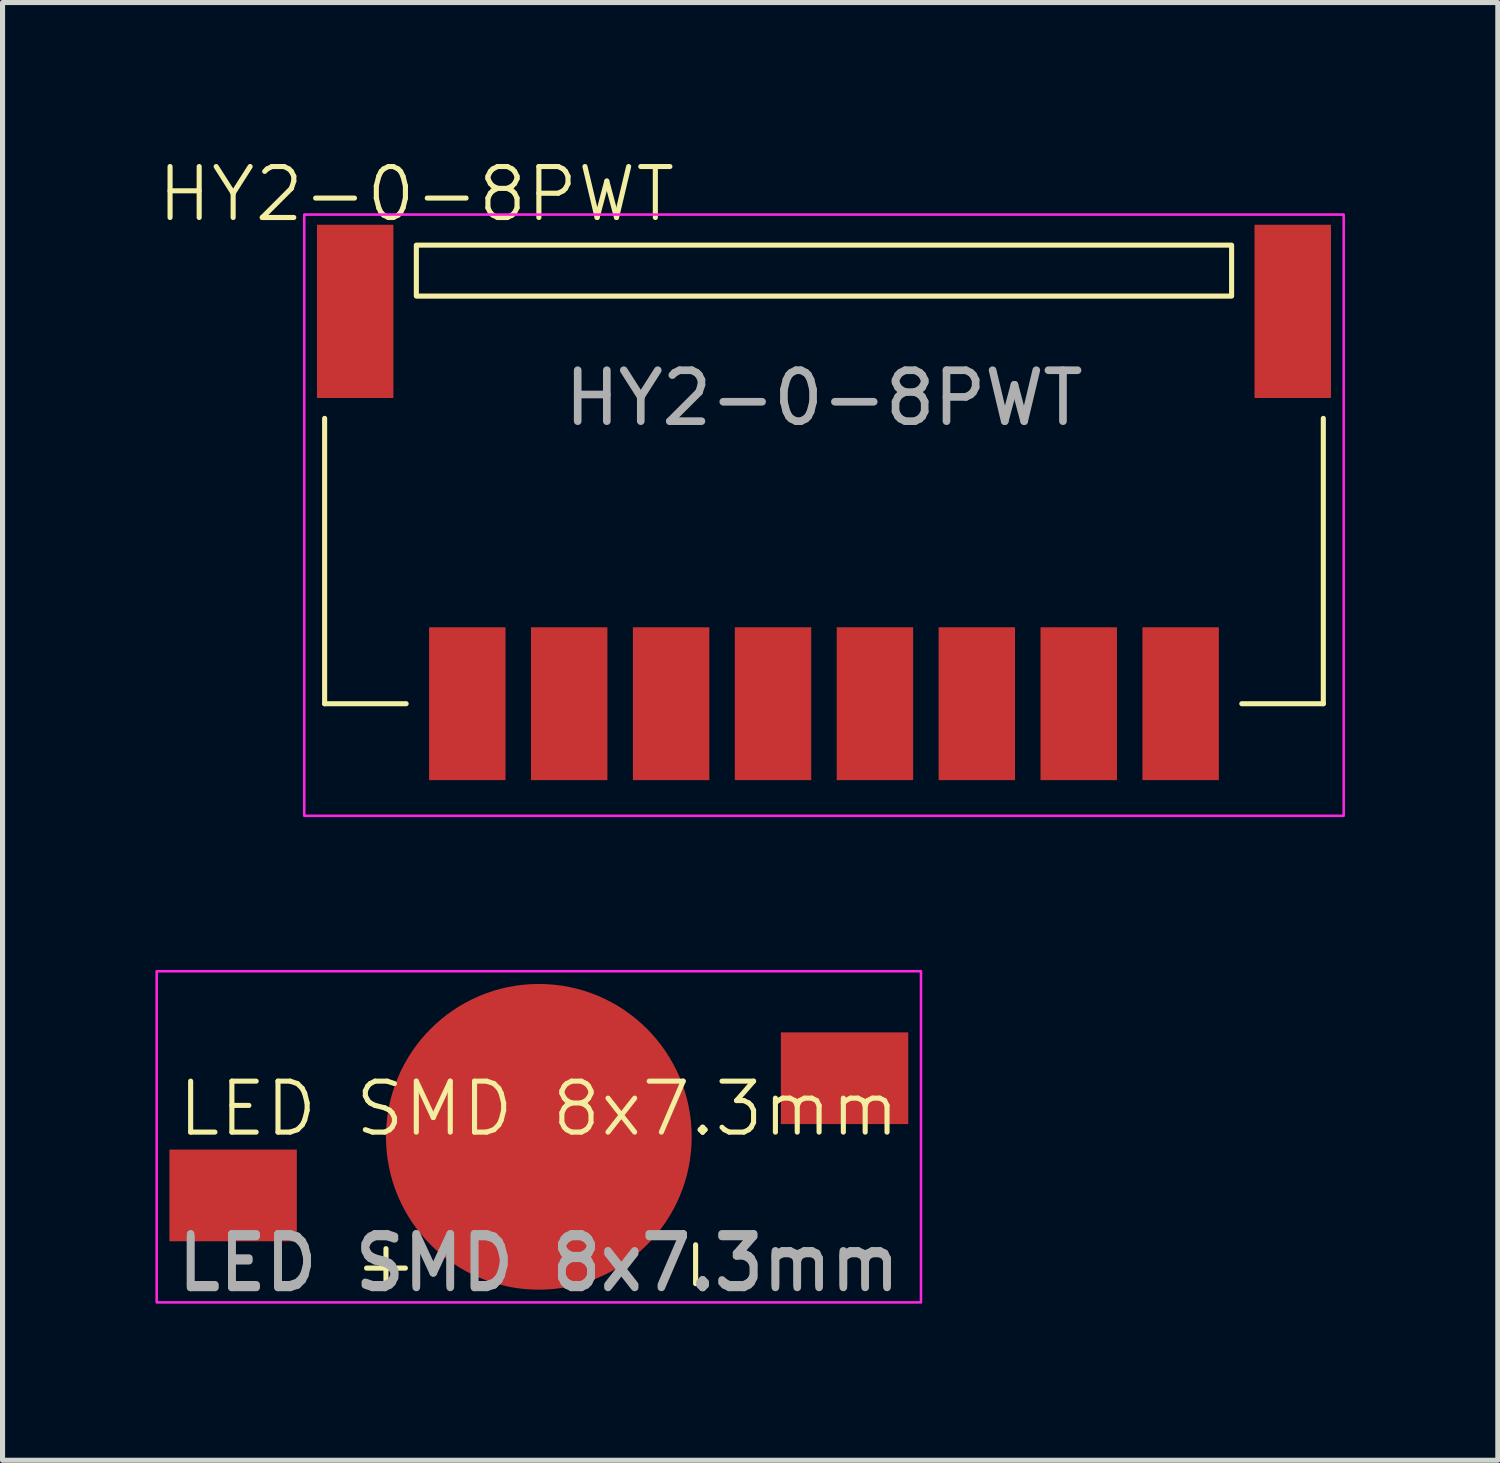
<source format=kicad_pcb>
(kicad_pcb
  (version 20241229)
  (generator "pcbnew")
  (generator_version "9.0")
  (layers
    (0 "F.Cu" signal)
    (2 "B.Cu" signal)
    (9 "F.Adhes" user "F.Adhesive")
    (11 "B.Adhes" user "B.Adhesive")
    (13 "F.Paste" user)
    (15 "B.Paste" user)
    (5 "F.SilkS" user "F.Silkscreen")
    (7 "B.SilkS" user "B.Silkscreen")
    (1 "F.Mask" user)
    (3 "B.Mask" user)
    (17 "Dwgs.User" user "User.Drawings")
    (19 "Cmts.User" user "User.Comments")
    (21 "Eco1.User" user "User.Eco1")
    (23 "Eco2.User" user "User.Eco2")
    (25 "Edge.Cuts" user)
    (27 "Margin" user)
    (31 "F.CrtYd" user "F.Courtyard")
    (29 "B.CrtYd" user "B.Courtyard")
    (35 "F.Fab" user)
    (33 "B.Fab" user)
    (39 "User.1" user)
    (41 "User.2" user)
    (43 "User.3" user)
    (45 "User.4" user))
  (footprint "HY2-0-8PWT"
    (layer "F.Cu")
    (at 13.121 10.761)
    (property "Reference" "HY2-0-8PWT" (at -8 -10 0) (unlocked yes) (layer "F.SilkS") (effects (font (size 1 1) (thickness 0.1))))
    (attr smd)
    (fp_line (start -9.8 -5.6) (end -9.8 0) (stroke (width 0.1) (type default)) (layer "F.SilkS"))
    (fp_line (start -9.8 0) (end -8.2 0) (stroke (width 0.1) (type default)) (layer "F.SilkS"))
    (fp_line (start 9.8 0) (end 8.2 0) (stroke (width 0.1) (type default)) (layer "F.SilkS"))
    (fp_line (start 9.8 0) (end 9.8 -5.6) (stroke (width 0.1) (type default)) (layer "F.SilkS"))
    (fp_rect (start -8 -9) (end 8 -8) (stroke (width 0.1) (type solid)) (fill no) (layer "F.SilkS"))
    (fp_rect (start -10.2 -9.6) (end 10.2 2.2) (stroke (width 0.05) (type solid)) (fill no) (layer "F.CrtYd"))
    (fp_text user "${REFERENCE}" (at 0 -6 0) (unlocked yes) (layer "F.Fab") (effects (font (size 1 1) (thickness 0.15))))
    (pad "1" smd rect (at -7 0 180) (size 1.5 3) (layers "F.Cu" "F.Mask" "F.Paste"))
    (pad "2" smd rect (at -5 0 180) (size 1.5 3) (layers "F.Cu" "F.Mask" "F.Paste"))
    (pad "3" smd rect (at -3 0 180) (size 1.5 3) (layers "F.Cu" "F.Mask" "F.Paste"))
    (pad "4" smd rect (at -1 0 180) (size 1.5 3) (layers "F.Cu" "F.Mask" "F.Paste"))
    (pad "5" smd rect (at 1 0 180) (size 1.5 3) (layers "F.Cu" "F.Mask" "F.Paste"))
    (pad "6" smd rect (at 3 0 180) (size 1.5 3) (layers "F.Cu" "F.Mask" "F.Paste"))
    (pad "7" smd rect (at 5 0 180) (size 1.5 3) (layers "F.Cu" "F.Mask" "F.Paste"))
    (pad "8" smd rect (at 7 0 180) (size 1.5 3) (layers "F.Cu" "F.Mask" "F.Paste"))
    (pad "MP" smd rect (at -9.2 -7.7 180) (size 1.5 3.4) (layers "F.Cu" "F.Mask" "F.Paste"))
    (pad "MP" smd rect (at 9.2 -7.7 180) (size 1.5 3.4) (layers "F.Cu" "F.Mask" "F.Paste")))
  (footprint "LED SMD 8x7.3mm"
    (layer "F.Cu")
    (at 7.525 19.261)
    (property "Reference" "LED SMD 8x7.3mm" (at 0 -0.55 0) (unlocked yes) (layer "F.SilkS") (effects (font (size 1 1) (thickness 0.1))))
    (attr smd)
    (fp_rect (start -7.5 -3.25) (end 7.5 3.25) (stroke (width 0.05) (type solid)) (fill no) (layer "F.CrtYd"))
    (fp_text user "+" (at -3 2.5 0) (unlocked yes) (layer "F.SilkS") (effects (font (size 1 1) (thickness 0.1))))
    (fp_text user "-" (at 3 2.5 90) (unlocked yes) (layer "F.SilkS") (effects (font (size 1 1) (thickness 0.1))))
    (fp_text user "${REFERENCE}" (at 0 2.5 0) (unlocked yes) (layer "F.Fab") (effects (font (size 1 1) (thickness 0.15))))
    (fp_text user "${REFERENCE}" (at 0 2.45 0) (unlocked yes) (layer "F.Fab") (effects (font (size 1 1) (thickness 0.15))))
    (pad "1" smd circle (at 0 0) (size 6 6) (layers "F.Cu" "F.Mask" "F.Paste"))
    (pad "1" smd rect (at 6 -1.15) (size 2.5 1.8) (layers "F.Cu" "F.Mask" "F.Paste"))
    (pad "2" smd rect (at -6 1.15) (size 2.5 1.8) (layers "F.Cu" "F.Mask" "F.Paste")))
  (gr_rect
    (start -3 -3)
    (end 26.346 25.609)
    (stroke (width 0.1) (type default))
    (fill no)
    (layer "Edge.Cuts")))
</source>
